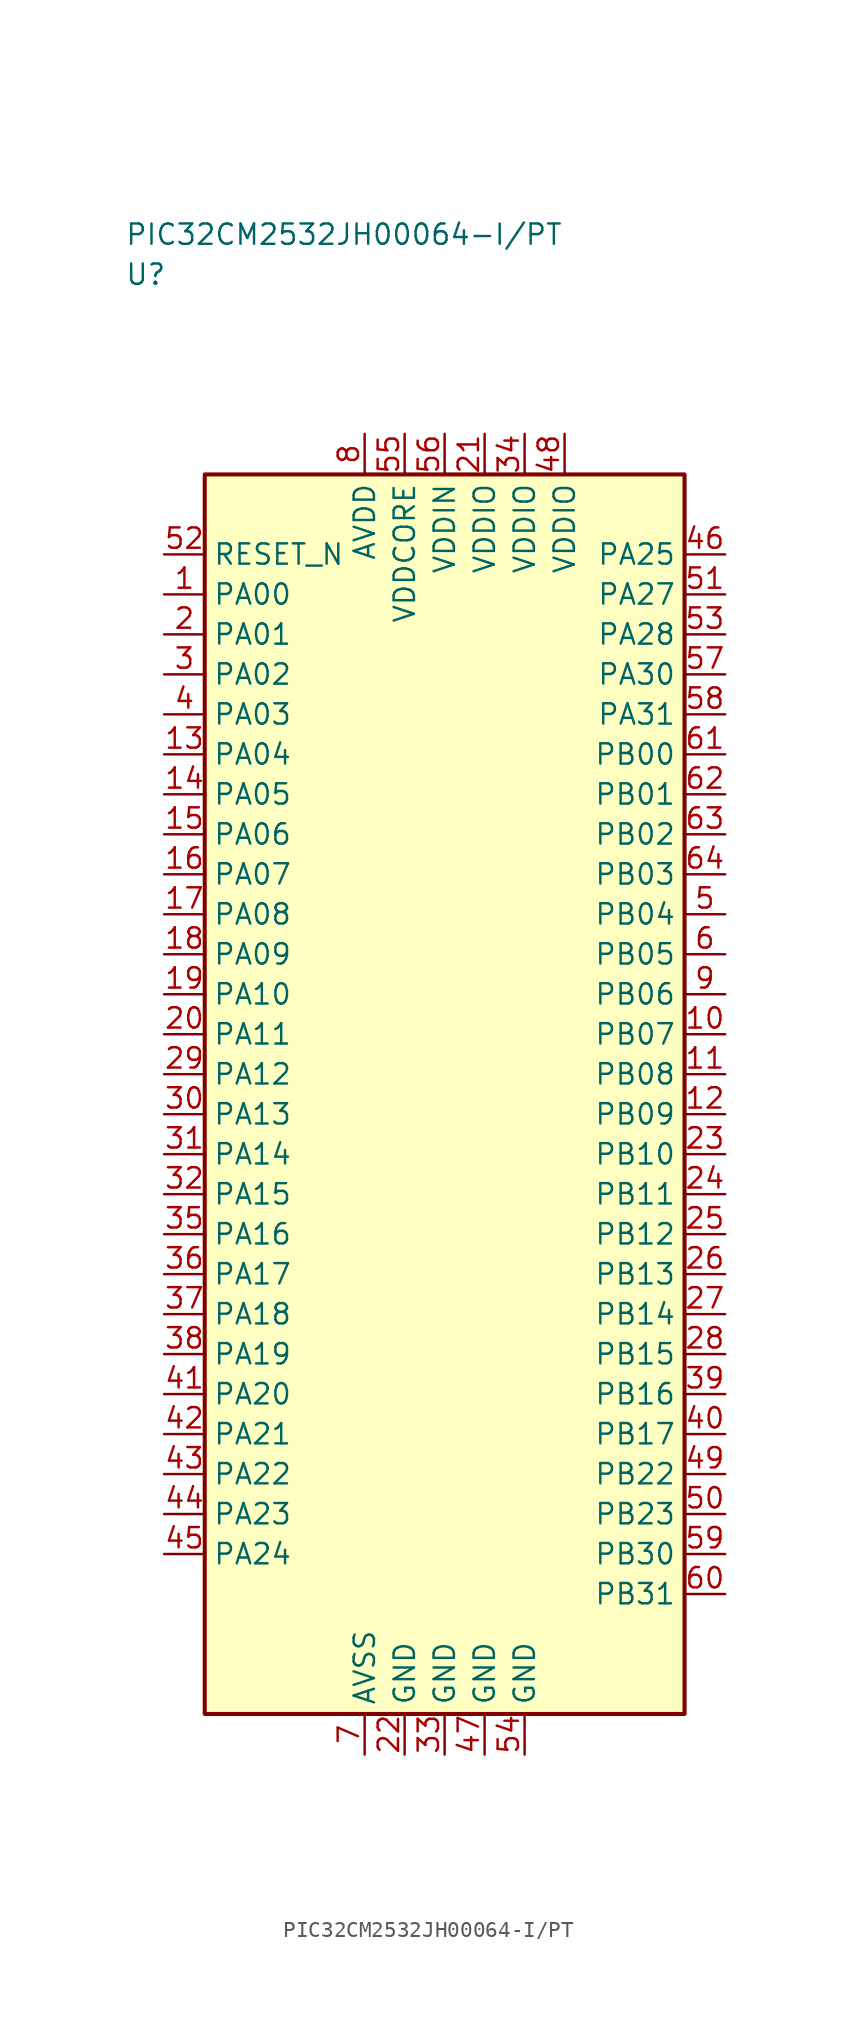
<source format=kicad_sym>
(kicad_symbol_lib
  (version 20241025)
  (generator "kicad_symbol_editor")
  (generator_version "8.0")
  (symbol "PIC32CM2532JH00064-I/PT"
    (property "Reference" "U"
      (at -20.0 51.25 0)
      (effects (font (size 1.27 1.27)) (justify left)))
    (property "Value" "PIC32CM2532JH00064-I/PT"
      (at -20.0 53.75 0)
      (effects (font (size 1.27 1.27)) (justify left)))
    (symbol "PIC32CM2532JH00064-I/PT_0_1"
      (rectangle (start -15.0 38.75) (end 15.0 -38.75) (stroke (width 0.254) (type default)) (fill (type background))))
    (symbol "PIC32CM2532JH00064-I/PT_1_1"
      (pin bidirectional line (at -17.54 31.25 0.0) (length 2.54) (name "PA00" (effects (font (size 1.27 1.27)))) (number "1" (effects (font (size 1.27 1.27)))))
      (pin bidirectional line (at -17.54 28.75 0.0) (length 2.54) (name "PA01" (effects (font (size 1.27 1.27)))) (number "2" (effects (font (size 1.27 1.27)))))
      (pin bidirectional line (at -17.54 26.25 0.0) (length 2.54) (name "PA02" (effects (font (size 1.27 1.27)))) (number "3" (effects (font (size 1.27 1.27)))))
      (pin bidirectional line (at -17.54 23.75 0.0) (length 2.54) (name "PA03" (effects (font (size 1.27 1.27)))) (number "4" (effects (font (size 1.27 1.27)))))
      (pin bidirectional line (at 17.54 11.25 180.0) (length 2.54) (name "PB04" (effects (font (size 1.27 1.27)))) (number "5" (effects (font (size 1.27 1.27)))))
      (pin bidirectional line (at 17.54 8.75 180.0) (length 2.54) (name "PB05" (effects (font (size 1.27 1.27)))) (number "6" (effects (font (size 1.27 1.27)))))
      (pin passive line (at -5.0 -41.29 90.0) (length 2.54) (name "AVSS" (effects (font (size 1.27 1.27)))) (number "7" (effects (font (size 1.27 1.27)))))
      (pin power_in line (at -5.0 41.29 270.0) (length 2.54) (name "AVDD" (effects (font (size 1.27 1.27)))) (number "8" (effects (font (size 1.27 1.27)))))
      (pin bidirectional line (at 17.54 6.25 180.0) (length 2.54) (name "PB06" (effects (font (size 1.27 1.27)))) (number "9" (effects (font (size 1.27 1.27)))))
      (pin bidirectional line (at 17.54 3.75 180.0) (length 2.54) (name "PB07" (effects (font (size 1.27 1.27)))) (number "10" (effects (font (size 1.27 1.27)))))
      (pin bidirectional line (at 17.54 1.25 180.0) (length 2.54) (name "PB08" (effects (font (size 1.27 1.27)))) (number "11" (effects (font (size 1.27 1.27)))))
      (pin bidirectional line (at 17.54 -1.25 180.0) (length 2.54) (name "PB09" (effects (font (size 1.27 1.27)))) (number "12" (effects (font (size 1.27 1.27)))))
      (pin bidirectional line (at -17.54 21.25 0.0) (length 2.54) (name "PA04" (effects (font (size 1.27 1.27)))) (number "13" (effects (font (size 1.27 1.27)))))
      (pin bidirectional line (at -17.54 18.75 0.0) (length 2.54) (name "PA05" (effects (font (size 1.27 1.27)))) (number "14" (effects (font (size 1.27 1.27)))))
      (pin bidirectional line (at -17.54 16.25 0.0) (length 2.54) (name "PA06" (effects (font (size 1.27 1.27)))) (number "15" (effects (font (size 1.27 1.27)))))
      (pin bidirectional line (at -17.54 13.75 0.0) (length 2.54) (name "PA07" (effects (font (size 1.27 1.27)))) (number "16" (effects (font (size 1.27 1.27)))))
      (pin bidirectional line (at -17.54 11.25 0.0) (length 2.54) (name "PA08" (effects (font (size 1.27 1.27)))) (number "17" (effects (font (size 1.27 1.27)))))
      (pin bidirectional line (at -17.54 8.75 0.0) (length 2.54) (name "PA09" (effects (font (size 1.27 1.27)))) (number "18" (effects (font (size 1.27 1.27)))))
      (pin bidirectional line (at -17.54 6.25 0.0) (length 2.54) (name "PA10" (effects (font (size 1.27 1.27)))) (number "19" (effects (font (size 1.27 1.27)))))
      (pin bidirectional line (at -17.54 3.75 0.0) (length 2.54) (name "PA11" (effects (font (size 1.27 1.27)))) (number "20" (effects (font (size 1.27 1.27)))))
      (pin power_in line (at 2.5 41.29 270.0) (length 2.54) (name "VDDIO" (effects (font (size 1.27 1.27)))) (number "21" (effects (font (size 1.27 1.27)))))
      (pin passive line (at -2.5 -41.29 90.0) (length 2.54) (name "GND" (effects (font (size 1.27 1.27)))) (number "22" (effects (font (size 1.27 1.27)))))
      (pin bidirectional line (at 17.54 -3.75 180.0) (length 2.54) (name "PB10" (effects (font (size 1.27 1.27)))) (number "23" (effects (font (size 1.27 1.27)))))
      (pin bidirectional line (at 17.54 -6.25 180.0) (length 2.54) (name "PB11" (effects (font (size 1.27 1.27)))) (number "24" (effects (font (size 1.27 1.27)))))
      (pin bidirectional line (at 17.54 -8.75 180.0) (length 2.54) (name "PB12" (effects (font (size 1.27 1.27)))) (number "25" (effects (font (size 1.27 1.27)))))
      (pin bidirectional line (at 17.54 -11.25 180.0) (length 2.54) (name "PB13" (effects (font (size 1.27 1.27)))) (number "26" (effects (font (size 1.27 1.27)))))
      (pin bidirectional line (at 17.54 -13.75 180.0) (length 2.54) (name "PB14" (effects (font (size 1.27 1.27)))) (number "27" (effects (font (size 1.27 1.27)))))
      (pin bidirectional line (at 17.54 -16.25 180.0) (length 2.54) (name "PB15" (effects (font (size 1.27 1.27)))) (number "28" (effects (font (size 1.27 1.27)))))
      (pin bidirectional line (at -17.54 1.25 0.0) (length 2.54) (name "PA12" (effects (font (size 1.27 1.27)))) (number "29" (effects (font (size 1.27 1.27)))))
      (pin bidirectional line (at -17.54 -1.25 0.0) (length 2.54) (name "PA13" (effects (font (size 1.27 1.27)))) (number "30" (effects (font (size 1.27 1.27)))))
      (pin bidirectional line (at -17.54 -3.75 0.0) (length 2.54) (name "PA14" (effects (font (size 1.27 1.27)))) (number "31" (effects (font (size 1.27 1.27)))))
      (pin bidirectional line (at -17.54 -6.25 0.0) (length 2.54) (name "PA15" (effects (font (size 1.27 1.27)))) (number "32" (effects (font (size 1.27 1.27)))))
      (pin passive line (at 0.0 -41.29 90.0) (length 2.54) (name "GND" (effects (font (size 1.27 1.27)))) (number "33" (effects (font (size 1.27 1.27)))))
      (pin power_in line (at 5.0 41.29 270.0) (length 2.54) (name "VDDIO" (effects (font (size 1.27 1.27)))) (number "34" (effects (font (size 1.27 1.27)))))
      (pin bidirectional line (at -17.54 -8.75 0.0) (length 2.54) (name "PA16" (effects (font (size 1.27 1.27)))) (number "35" (effects (font (size 1.27 1.27)))))
      (pin bidirectional line (at -17.54 -11.25 0.0) (length 2.54) (name "PA17" (effects (font (size 1.27 1.27)))) (number "36" (effects (font (size 1.27 1.27)))))
      (pin bidirectional line (at -17.54 -13.75 0.0) (length 2.54) (name "PA18" (effects (font (size 1.27 1.27)))) (number "37" (effects (font (size 1.27 1.27)))))
      (pin bidirectional line (at -17.54 -16.25 0.0) (length 2.54) (name "PA19" (effects (font (size 1.27 1.27)))) (number "38" (effects (font (size 1.27 1.27)))))
      (pin bidirectional line (at 17.54 -18.75 180.0) (length 2.54) (name "PB16" (effects (font (size 1.27 1.27)))) (number "39" (effects (font (size 1.27 1.27)))))
      (pin bidirectional line (at 17.54 -21.25 180.0) (length 2.54) (name "PB17" (effects (font (size 1.27 1.27)))) (number "40" (effects (font (size 1.27 1.27)))))
      (pin bidirectional line (at -17.54 -18.75 0.0) (length 2.54) (name "PA20" (effects (font (size 1.27 1.27)))) (number "41" (effects (font (size 1.27 1.27)))))
      (pin bidirectional line (at -17.54 -21.25 0.0) (length 2.54) (name "PA21" (effects (font (size 1.27 1.27)))) (number "42" (effects (font (size 1.27 1.27)))))
      (pin bidirectional line (at -17.54 -23.75 0.0) (length 2.54) (name "PA22" (effects (font (size 1.27 1.27)))) (number "43" (effects (font (size 1.27 1.27)))))
      (pin bidirectional line (at -17.54 -26.25 0.0) (length 2.54) (name "PA23" (effects (font (size 1.27 1.27)))) (number "44" (effects (font (size 1.27 1.27)))))
      (pin bidirectional line (at -17.54 -28.75 0.0) (length 2.54) (name "PA24" (effects (font (size 1.27 1.27)))) (number "45" (effects (font (size 1.27 1.27)))))
      (pin bidirectional line (at 17.54 33.75 180.0) (length 2.54) (name "PA25" (effects (font (size 1.27 1.27)))) (number "46" (effects (font (size 1.27 1.27)))))
      (pin passive line (at 2.5 -41.29 90.0) (length 2.54) (name "GND" (effects (font (size 1.27 1.27)))) (number "47" (effects (font (size 1.27 1.27)))))
      (pin power_in line (at 7.5 41.29 270.0) (length 2.54) (name "VDDIO" (effects (font (size 1.27 1.27)))) (number "48" (effects (font (size 1.27 1.27)))))
      (pin bidirectional line (at 17.54 -23.75 180.0) (length 2.54) (name "PB22" (effects (font (size 1.27 1.27)))) (number "49" (effects (font (size 1.27 1.27)))))
      (pin bidirectional line (at 17.54 -26.25 180.0) (length 2.54) (name "PB23" (effects (font (size 1.27 1.27)))) (number "50" (effects (font (size 1.27 1.27)))))
      (pin bidirectional line (at 17.54 31.25 180.0) (length 2.54) (name "PA27" (effects (font (size 1.27 1.27)))) (number "51" (effects (font (size 1.27 1.27)))))
      (pin input line (at -17.54 33.75 0.0) (length 2.54) (name "RESET_N" (effects (font (size 1.27 1.27)))) (number "52" (effects (font (size 1.27 1.27)))))
      (pin bidirectional line (at 17.54 28.75 180.0) (length 2.54) (name "PA28" (effects (font (size 1.27 1.27)))) (number "53" (effects (font (size 1.27 1.27)))))
      (pin passive line (at 5.0 -41.29 90.0) (length 2.54) (name "GND" (effects (font (size 1.27 1.27)))) (number "54" (effects (font (size 1.27 1.27)))))
      (pin power_in line (at -2.5 41.29 270.0) (length 2.54) (name "VDDCORE" (effects (font (size 1.27 1.27)))) (number "55" (effects (font (size 1.27 1.27)))))
      (pin power_in line (at 0.0 41.29 270.0) (length 2.54) (name "VDDIN" (effects (font (size 1.27 1.27)))) (number "56" (effects (font (size 1.27 1.27)))))
      (pin bidirectional line (at 17.54 26.25 180.0) (length 2.54) (name "PA30" (effects (font (size 1.27 1.27)))) (number "57" (effects (font (size 1.27 1.27)))))
      (pin bidirectional line (at 17.54 23.75 180.0) (length 2.54) (name "PA31" (effects (font (size 1.27 1.27)))) (number "58" (effects (font (size 1.27 1.27)))))
      (pin bidirectional line (at 17.54 -28.75 180.0) (length 2.54) (name "PB30" (effects (font (size 1.27 1.27)))) (number "59" (effects (font (size 1.27 1.27)))))
      (pin bidirectional line (at 17.54 -31.25 180.0) (length 2.54) (name "PB31" (effects (font (size 1.27 1.27)))) (number "60" (effects (font (size 1.27 1.27)))))
      (pin bidirectional line (at 17.54 21.25 180.0) (length 2.54) (name "PB00" (effects (font (size 1.27 1.27)))) (number "61" (effects (font (size 1.27 1.27)))))
      (pin bidirectional line (at 17.54 18.75 180.0) (length 2.54) (name "PB01" (effects (font (size 1.27 1.27)))) (number "62" (effects (font (size 1.27 1.27)))))
      (pin bidirectional line (at 17.54 16.25 180.0) (length 2.54) (name "PB02" (effects (font (size 1.27 1.27)))) (number "63" (effects (font (size 1.27 1.27)))))
      (pin bidirectional line (at 17.54 13.75 180.0) (length 2.54) (name "PB03" (effects (font (size 1.27 1.27)))) (number "64" (effects (font (size 1.27 1.27))))))))
</source>
